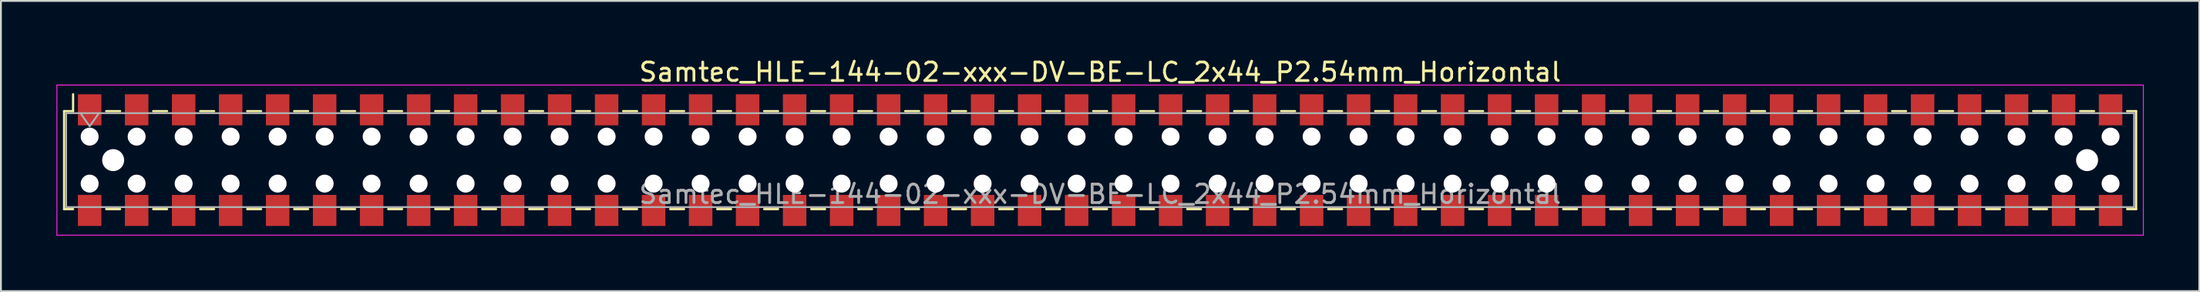
<source format=kicad_pcb>
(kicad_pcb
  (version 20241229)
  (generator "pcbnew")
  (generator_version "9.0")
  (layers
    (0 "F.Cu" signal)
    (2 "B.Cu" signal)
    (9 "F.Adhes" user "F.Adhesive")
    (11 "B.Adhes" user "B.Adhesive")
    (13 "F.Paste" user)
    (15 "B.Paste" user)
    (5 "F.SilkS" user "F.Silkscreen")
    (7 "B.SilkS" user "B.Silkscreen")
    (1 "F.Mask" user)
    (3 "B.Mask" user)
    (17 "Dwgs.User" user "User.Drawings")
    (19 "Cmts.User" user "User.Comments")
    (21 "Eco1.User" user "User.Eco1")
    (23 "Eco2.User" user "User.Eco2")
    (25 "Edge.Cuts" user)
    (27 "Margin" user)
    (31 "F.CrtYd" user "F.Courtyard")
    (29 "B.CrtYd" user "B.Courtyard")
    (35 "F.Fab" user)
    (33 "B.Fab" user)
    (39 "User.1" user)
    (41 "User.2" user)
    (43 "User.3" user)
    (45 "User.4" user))
  (footprint "Samtec_HLE-144-02-xxx-DV-BE-LC_2x44_P2.54mm_Horizontal"
    (layer "F.Cu")
    (at 56.405 5.608)
    (property "Reference" "Samtec_HLE-144-02-xxx-DV-BE-LC_2x44_P2.54mm_Horizontal" (at 0 -4.76 0) (layer "F.SilkS") (effects (font (size 1 1) (thickness 0.15))))
    (attr smd)
    (fp_line (start -55.99 -2.65) (end -55.99 2.65) (stroke (width 0.12) (type solid)) (layer "F.SilkS"))
    (fp_line (start -55.99 2.65) (end -55.505 2.65) (stroke (width 0.12) (type solid)) (layer "F.SilkS"))
    (fp_line (start -55.505 -3.56) (end -55.505 -2.65) (stroke (width 0.12) (type solid)) (layer "F.SilkS"))
    (fp_line (start -55.505 -2.65) (end -55.99 -2.65) (stroke (width 0.12) (type solid)) (layer "F.SilkS"))
    (fp_line (start -53.715 -2.65) (end -52.965 -2.65) (stroke (width 0.12) (type solid)) (layer "F.SilkS"))
    (fp_line (start -53.715 2.65) (end -52.965 2.65) (stroke (width 0.12) (type solid)) (layer "F.SilkS"))
    (fp_line (start -51.175 -2.65) (end -50.425 -2.65) (stroke (width 0.12) (type solid)) (layer "F.SilkS"))
    (fp_line (start -51.175 2.65) (end -50.425 2.65) (stroke (width 0.12) (type solid)) (layer "F.SilkS"))
    (fp_line (start -48.635 -2.65) (end -47.885 -2.65) (stroke (width 0.12) (type solid)) (layer "F.SilkS"))
    (fp_line (start -48.635 2.65) (end -47.885 2.65) (stroke (width 0.12) (type solid)) (layer "F.SilkS"))
    (fp_line (start -46.095 -2.65) (end -45.345 -2.65) (stroke (width 0.12) (type solid)) (layer "F.SilkS"))
    (fp_line (start -46.095 2.65) (end -45.345 2.65) (stroke (width 0.12) (type solid)) (layer "F.SilkS"))
    (fp_line (start -43.555 -2.65) (end -42.805 -2.65) (stroke (width 0.12) (type solid)) (layer "F.SilkS"))
    (fp_line (start -43.555 2.65) (end -42.805 2.65) (stroke (width 0.12) (type solid)) (layer "F.SilkS"))
    (fp_line (start -41.015 -2.65) (end -40.265 -2.65) (stroke (width 0.12) (type solid)) (layer "F.SilkS"))
    (fp_line (start -41.015 2.65) (end -40.265 2.65) (stroke (width 0.12) (type solid)) (layer "F.SilkS"))
    (fp_line (start -38.475 -2.65) (end -37.725 -2.65) (stroke (width 0.12) (type solid)) (layer "F.SilkS"))
    (fp_line (start -38.475 2.65) (end -37.725 2.65) (stroke (width 0.12) (type solid)) (layer "F.SilkS"))
    (fp_line (start -35.935 -2.65) (end -35.185 -2.65) (stroke (width 0.12) (type solid)) (layer "F.SilkS"))
    (fp_line (start -35.935 2.65) (end -35.185 2.65) (stroke (width 0.12) (type solid)) (layer "F.SilkS"))
    (fp_line (start -33.395 -2.65) (end -32.645 -2.65) (stroke (width 0.12) (type solid)) (layer "F.SilkS"))
    (fp_line (start -33.395 2.65) (end -32.645 2.65) (stroke (width 0.12) (type solid)) (layer "F.SilkS"))
    (fp_line (start -30.855 -2.65) (end -30.105 -2.65) (stroke (width 0.12) (type solid)) (layer "F.SilkS"))
    (fp_line (start -30.855 2.65) (end -30.105 2.65) (stroke (width 0.12) (type solid)) (layer "F.SilkS"))
    (fp_line (start -28.315 -2.65) (end -27.565 -2.65) (stroke (width 0.12) (type solid)) (layer "F.SilkS"))
    (fp_line (start -28.315 2.65) (end -27.565 2.65) (stroke (width 0.12) (type solid)) (layer "F.SilkS"))
    (fp_line (start -25.775 -2.65) (end -25.025 -2.65) (stroke (width 0.12) (type solid)) (layer "F.SilkS"))
    (fp_line (start -25.775 2.65) (end -25.025 2.65) (stroke (width 0.12) (type solid)) (layer "F.SilkS"))
    (fp_line (start -23.235 -2.65) (end -22.485 -2.65) (stroke (width 0.12) (type solid)) (layer "F.SilkS"))
    (fp_line (start -23.235 2.65) (end -22.485 2.65) (stroke (width 0.12) (type solid)) (layer "F.SilkS"))
    (fp_line (start -20.695 -2.65) (end -19.945 -2.65) (stroke (width 0.12) (type solid)) (layer "F.SilkS"))
    (fp_line (start -20.695 2.65) (end -19.945 2.65) (stroke (width 0.12) (type solid)) (layer "F.SilkS"))
    (fp_line (start -18.155 -2.65) (end -17.405 -2.65) (stroke (width 0.12) (type solid)) (layer "F.SilkS"))
    (fp_line (start -18.155 2.65) (end -17.405 2.65) (stroke (width 0.12) (type solid)) (layer "F.SilkS"))
    (fp_line (start -15.615 -2.65) (end -14.865 -2.65) (stroke (width 0.12) (type solid)) (layer "F.SilkS"))
    (fp_line (start -15.615 2.65) (end -14.865 2.65) (stroke (width 0.12) (type solid)) (layer "F.SilkS"))
    (fp_line (start -13.075 -2.65) (end -12.325 -2.65) (stroke (width 0.12) (type solid)) (layer "F.SilkS"))
    (fp_line (start -13.075 2.65) (end -12.325 2.65) (stroke (width 0.12) (type solid)) (layer "F.SilkS"))
    (fp_line (start -10.535 -2.65) (end -9.785 -2.65) (stroke (width 0.12) (type solid)) (layer "F.SilkS"))
    (fp_line (start -10.535 2.65) (end -9.785 2.65) (stroke (width 0.12) (type solid)) (layer "F.SilkS"))
    (fp_line (start -7.995 -2.65) (end -7.245 -2.65) (stroke (width 0.12) (type solid)) (layer "F.SilkS"))
    (fp_line (start -7.995 2.65) (end -7.245 2.65) (stroke (width 0.12) (type solid)) (layer "F.SilkS"))
    (fp_line (start -5.455 -2.65) (end -4.705 -2.65) (stroke (width 0.12) (type solid)) (layer "F.SilkS"))
    (fp_line (start -5.455 2.65) (end -4.705 2.65) (stroke (width 0.12) (type solid)) (layer "F.SilkS"))
    (fp_line (start -2.915 -2.65) (end -2.165 -2.65) (stroke (width 0.12) (type solid)) (layer "F.SilkS"))
    (fp_line (start -2.915 2.65) (end -2.165 2.65) (stroke (width 0.12) (type solid)) (layer "F.SilkS"))
    (fp_line (start -0.375 -2.65) (end 0.375 -2.65) (stroke (width 0.12) (type solid)) (layer "F.SilkS"))
    (fp_line (start -0.375 2.65) (end 0.375 2.65) (stroke (width 0.12) (type solid)) (layer "F.SilkS"))
    (fp_line (start 2.165 -2.65) (end 2.915 -2.65) (stroke (width 0.12) (type solid)) (layer "F.SilkS"))
    (fp_line (start 2.165 2.65) (end 2.915 2.65) (stroke (width 0.12) (type solid)) (layer "F.SilkS"))
    (fp_line (start 4.705 -2.65) (end 5.455 -2.65) (stroke (width 0.12) (type solid)) (layer "F.SilkS"))
    (fp_line (start 4.705 2.65) (end 5.455 2.65) (stroke (width 0.12) (type solid)) (layer "F.SilkS"))
    (fp_line (start 7.245 -2.65) (end 7.995 -2.65) (stroke (width 0.12) (type solid)) (layer "F.SilkS"))
    (fp_line (start 7.245 2.65) (end 7.995 2.65) (stroke (width 0.12) (type solid)) (layer "F.SilkS"))
    (fp_line (start 9.785 -2.65) (end 10.535 -2.65) (stroke (width 0.12) (type solid)) (layer "F.SilkS"))
    (fp_line (start 9.785 2.65) (end 10.535 2.65) (stroke (width 0.12) (type solid)) (layer "F.SilkS"))
    (fp_line (start 12.325 -2.65) (end 13.075 -2.65) (stroke (width 0.12) (type solid)) (layer "F.SilkS"))
    (fp_line (start 12.325 2.65) (end 13.075 2.65) (stroke (width 0.12) (type solid)) (layer "F.SilkS"))
    (fp_line (start 14.865 -2.65) (end 15.615 -2.65) (stroke (width 0.12) (type solid)) (layer "F.SilkS"))
    (fp_line (start 14.865 2.65) (end 15.615 2.65) (stroke (width 0.12) (type solid)) (layer "F.SilkS"))
    (fp_line (start 17.405 -2.65) (end 18.155 -2.65) (stroke (width 0.12) (type solid)) (layer "F.SilkS"))
    (fp_line (start 17.405 2.65) (end 18.155 2.65) (stroke (width 0.12) (type solid)) (layer "F.SilkS"))
    (fp_line (start 19.945 -2.65) (end 20.695 -2.65) (stroke (width 0.12) (type solid)) (layer "F.SilkS"))
    (fp_line (start 19.945 2.65) (end 20.695 2.65) (stroke (width 0.12) (type solid)) (layer "F.SilkS"))
    (fp_line (start 22.485 -2.65) (end 23.235 -2.65) (stroke (width 0.12) (type solid)) (layer "F.SilkS"))
    (fp_line (start 22.485 2.65) (end 23.235 2.65) (stroke (width 0.12) (type solid)) (layer "F.SilkS"))
    (fp_line (start 25.025 -2.65) (end 25.775 -2.65) (stroke (width 0.12) (type solid)) (layer "F.SilkS"))
    (fp_line (start 25.025 2.65) (end 25.775 2.65) (stroke (width 0.12) (type solid)) (layer "F.SilkS"))
    (fp_line (start 27.565 -2.65) (end 28.315 -2.65) (stroke (width 0.12) (type solid)) (layer "F.SilkS"))
    (fp_line (start 27.565 2.65) (end 28.315 2.65) (stroke (width 0.12) (type solid)) (layer "F.SilkS"))
    (fp_line (start 30.105 -2.65) (end 30.855 -2.65) (stroke (width 0.12) (type solid)) (layer "F.SilkS"))
    (fp_line (start 30.105 2.65) (end 30.855 2.65) (stroke (width 0.12) (type solid)) (layer "F.SilkS"))
    (fp_line (start 32.645 -2.65) (end 33.395 -2.65) (stroke (width 0.12) (type solid)) (layer "F.SilkS"))
    (fp_line (start 32.645 2.65) (end 33.395 2.65) (stroke (width 0.12) (type solid)) (layer "F.SilkS"))
    (fp_line (start 35.185 -2.65) (end 35.935 -2.65) (stroke (width 0.12) (type solid)) (layer "F.SilkS"))
    (fp_line (start 35.185 2.65) (end 35.935 2.65) (stroke (width 0.12) (type solid)) (layer "F.SilkS"))
    (fp_line (start 37.725 -2.65) (end 38.475 -2.65) (stroke (width 0.12) (type solid)) (layer "F.SilkS"))
    (fp_line (start 37.725 2.65) (end 38.475 2.65) (stroke (width 0.12) (type solid)) (layer "F.SilkS"))
    (fp_line (start 40.265 -2.65) (end 41.015 -2.65) (stroke (width 0.12) (type solid)) (layer "F.SilkS"))
    (fp_line (start 40.265 2.65) (end 41.015 2.65) (stroke (width 0.12) (type solid)) (layer "F.SilkS"))
    (fp_line (start 42.805 -2.65) (end 43.555 -2.65) (stroke (width 0.12) (type solid)) (layer "F.SilkS"))
    (fp_line (start 42.805 2.65) (end 43.555 2.65) (stroke (width 0.12) (type solid)) (layer "F.SilkS"))
    (fp_line (start 45.345 -2.65) (end 46.095 -2.65) (stroke (width 0.12) (type solid)) (layer "F.SilkS"))
    (fp_line (start 45.345 2.65) (end 46.095 2.65) (stroke (width 0.12) (type solid)) (layer "F.SilkS"))
    (fp_line (start 47.885 -2.65) (end 48.635 -2.65) (stroke (width 0.12) (type solid)) (layer "F.SilkS"))
    (fp_line (start 47.885 2.65) (end 48.635 2.65) (stroke (width 0.12) (type solid)) (layer "F.SilkS"))
    (fp_line (start 50.425 -2.65) (end 51.175 -2.65) (stroke (width 0.12) (type solid)) (layer "F.SilkS"))
    (fp_line (start 50.425 2.65) (end 51.175 2.65) (stroke (width 0.12) (type solid)) (layer "F.SilkS"))
    (fp_line (start 52.965 -2.65) (end 53.715 -2.65) (stroke (width 0.12) (type solid)) (layer "F.SilkS"))
    (fp_line (start 52.965 2.65) (end 53.715 2.65) (stroke (width 0.12) (type solid)) (layer "F.SilkS"))
    (fp_line (start 55.505 -2.65) (end 55.99 -2.65) (stroke (width 0.12) (type solid)) (layer "F.SilkS"))
    (fp_line (start 55.99 -2.65) (end 55.99 2.65) (stroke (width 0.12) (type solid)) (layer "F.SilkS"))
    (fp_line (start 55.99 2.65) (end 55.505 2.65) (stroke (width 0.12) (type solid)) (layer "F.SilkS"))
    (fp_line (start -56.38 -4.06) (end 56.38 -4.06) (stroke (width 0.05) (type solid)) (layer "F.CrtYd"))
    (fp_line (start -56.38 4.06) (end -56.38 -4.06) (stroke (width 0.05) (type solid)) (layer "F.CrtYd"))
    (fp_line (start 56.38 -4.06) (end 56.38 4.06) (stroke (width 0.05) (type solid)) (layer "F.CrtYd"))
    (fp_line (start 56.38 4.06) (end -56.38 4.06) (stroke (width 0.05) (type solid)) (layer "F.CrtYd"))
    (fp_line (start -55.88 -2.54) (end 55.88 -2.54) (stroke (width 0.1) (type solid)) (layer "F.Fab"))
    (fp_line (start -55.88 2.54) (end -55.88 -2.54) (stroke (width 0.1) (type solid)) (layer "F.Fab"))
    (fp_line (start -55.11 -2.54) (end -54.61 -1.833) (stroke (width 0.1) (type solid)) (layer "F.Fab"))
    (fp_line (start -54.61 -1.833) (end -54.11 -2.54) (stroke (width 0.1) (type solid)) (layer "F.Fab"))
    (fp_line (start 55.88 -2.54) (end 55.88 2.54) (stroke (width 0.1) (type solid)) (layer "F.Fab"))
    (fp_line (start 55.88 2.54) (end -55.88 2.54) (stroke (width 0.1) (type solid)) (layer "F.Fab"))
    (fp_text user "${REFERENCE}" (at 0 1.84 0) (layer "F.Fab") (effects (font (size 1 1) (thickness 0.15))))
    (pad "" np_thru_hole circle (at -54.61 -1.27) (size 0.97 0.97) (drill 0.97) (layers "*.Cu" "*.Mask"))
    (pad "" np_thru_hole circle (at -54.61 1.27) (size 0.97 0.97) (drill 0.97) (layers "*.Cu" "*.Mask"))
    (pad "" np_thru_hole circle (at -53.34 0) (size 1.19 1.19) (drill 1.19) (layers "*.Cu" "*.Mask"))
    (pad "" np_thru_hole circle (at -52.07 -1.27) (size 0.97 0.97) (drill 0.97) (layers "*.Cu" "*.Mask"))
    (pad "" np_thru_hole circle (at -52.07 1.27) (size 0.97 0.97) (drill 0.97) (layers "*.Cu" "*.Mask"))
    (pad "" np_thru_hole circle (at -49.53 -1.27) (size 0.97 0.97) (drill 0.97) (layers "*.Cu" "*.Mask"))
    (pad "" np_thru_hole circle (at -49.53 1.27) (size 0.97 0.97) (drill 0.97) (layers "*.Cu" "*.Mask"))
    (pad "" np_thru_hole circle (at -46.99 -1.27) (size 0.97 0.97) (drill 0.97) (layers "*.Cu" "*.Mask"))
    (pad "" np_thru_hole circle (at -46.99 1.27) (size 0.97 0.97) (drill 0.97) (layers "*.Cu" "*.Mask"))
    (pad "" np_thru_hole circle (at -44.45 -1.27) (size 0.97 0.97) (drill 0.97) (layers "*.Cu" "*.Mask"))
    (pad "" np_thru_hole circle (at -44.45 1.27) (size 0.97 0.97) (drill 0.97) (layers "*.Cu" "*.Mask"))
    (pad "" np_thru_hole circle (at -41.91 -1.27) (size 0.97 0.97) (drill 0.97) (layers "*.Cu" "*.Mask"))
    (pad "" np_thru_hole circle (at -41.91 1.27) (size 0.97 0.97) (drill 0.97) (layers "*.Cu" "*.Mask"))
    (pad "" np_thru_hole circle (at -39.37 -1.27) (size 0.97 0.97) (drill 0.97) (layers "*.Cu" "*.Mask"))
    (pad "" np_thru_hole circle (at -39.37 1.27) (size 0.97 0.97) (drill 0.97) (layers "*.Cu" "*.Mask"))
    (pad "" np_thru_hole circle (at -36.83 -1.27) (size 0.97 0.97) (drill 0.97) (layers "*.Cu" "*.Mask"))
    (pad "" np_thru_hole circle (at -36.83 1.27) (size 0.97 0.97) (drill 0.97) (layers "*.Cu" "*.Mask"))
    (pad "" np_thru_hole circle (at -34.29 -1.27) (size 0.97 0.97) (drill 0.97) (layers "*.Cu" "*.Mask"))
    (pad "" np_thru_hole circle (at -34.29 1.27) (size 0.97 0.97) (drill 0.97) (layers "*.Cu" "*.Mask"))
    (pad "" np_thru_hole circle (at -31.75 -1.27) (size 0.97 0.97) (drill 0.97) (layers "*.Cu" "*.Mask"))
    (pad "" np_thru_hole circle (at -31.75 1.27) (size 0.97 0.97) (drill 0.97) (layers "*.Cu" "*.Mask"))
    (pad "" np_thru_hole circle (at -29.21 -1.27) (size 0.97 0.97) (drill 0.97) (layers "*.Cu" "*.Mask"))
    (pad "" np_thru_hole circle (at -29.21 1.27) (size 0.97 0.97) (drill 0.97) (layers "*.Cu" "*.Mask"))
    (pad "" np_thru_hole circle (at -26.67 -1.27) (size 0.97 0.97) (drill 0.97) (layers "*.Cu" "*.Mask"))
    (pad "" np_thru_hole circle (at -26.67 1.27) (size 0.97 0.97) (drill 0.97) (layers "*.Cu" "*.Mask"))
    (pad "" np_thru_hole circle (at -24.13 -1.27) (size 0.97 0.97) (drill 0.97) (layers "*.Cu" "*.Mask"))
    (pad "" np_thru_hole circle (at -24.13 1.27) (size 0.97 0.97) (drill 0.97) (layers "*.Cu" "*.Mask"))
    (pad "" np_thru_hole circle (at -21.59 -1.27) (size 0.97 0.97) (drill 0.97) (layers "*.Cu" "*.Mask"))
    (pad "" np_thru_hole circle (at -21.59 1.27) (size 0.97 0.97) (drill 0.97) (layers "*.Cu" "*.Mask"))
    (pad "" np_thru_hole circle (at -19.05 -1.27) (size 0.97 0.97) (drill 0.97) (layers "*.Cu" "*.Mask"))
    (pad "" np_thru_hole circle (at -19.05 1.27) (size 0.97 0.97) (drill 0.97) (layers "*.Cu" "*.Mask"))
    (pad "" np_thru_hole circle (at -16.51 -1.27) (size 0.97 0.97) (drill 0.97) (layers "*.Cu" "*.Mask"))
    (pad "" np_thru_hole circle (at -16.51 1.27) (size 0.97 0.97) (drill 0.97) (layers "*.Cu" "*.Mask"))
    (pad "" np_thru_hole circle (at -13.97 -1.27) (size 0.97 0.97) (drill 0.97) (layers "*.Cu" "*.Mask"))
    (pad "" np_thru_hole circle (at -13.97 1.27) (size 0.97 0.97) (drill 0.97) (layers "*.Cu" "*.Mask"))
    (pad "" np_thru_hole circle (at -11.43 -1.27) (size 0.97 0.97) (drill 0.97) (layers "*.Cu" "*.Mask"))
    (pad "" np_thru_hole circle (at -11.43 1.27) (size 0.97 0.97) (drill 0.97) (layers "*.Cu" "*.Mask"))
    (pad "" np_thru_hole circle (at -8.89 -1.27) (size 0.97 0.97) (drill 0.97) (layers "*.Cu" "*.Mask"))
    (pad "" np_thru_hole circle (at -8.89 1.27) (size 0.97 0.97) (drill 0.97) (layers "*.Cu" "*.Mask"))
    (pad "" np_thru_hole circle (at -6.35 -1.27) (size 0.97 0.97) (drill 0.97) (layers "*.Cu" "*.Mask"))
    (pad "" np_thru_hole circle (at -6.35 1.27) (size 0.97 0.97) (drill 0.97) (layers "*.Cu" "*.Mask"))
    (pad "" np_thru_hole circle (at -3.81 -1.27) (size 0.97 0.97) (drill 0.97) (layers "*.Cu" "*.Mask"))
    (pad "" np_thru_hole circle (at -3.81 1.27) (size 0.97 0.97) (drill 0.97) (layers "*.Cu" "*.Mask"))
    (pad "" np_thru_hole circle (at -1.27 -1.27) (size 0.97 0.97) (drill 0.97) (layers "*.Cu" "*.Mask"))
    (pad "" np_thru_hole circle (at -1.27 1.27) (size 0.97 0.97) (drill 0.97) (layers "*.Cu" "*.Mask"))
    (pad "" np_thru_hole circle (at 1.27 -1.27) (size 0.97 0.97) (drill 0.97) (layers "*.Cu" "*.Mask"))
    (pad "" np_thru_hole circle (at 1.27 1.27) (size 0.97 0.97) (drill 0.97) (layers "*.Cu" "*.Mask"))
    (pad "" np_thru_hole circle (at 3.81 -1.27) (size 0.97 0.97) (drill 0.97) (layers "*.Cu" "*.Mask"))
    (pad "" np_thru_hole circle (at 3.81 1.27) (size 0.97 0.97) (drill 0.97) (layers "*.Cu" "*.Mask"))
    (pad "" np_thru_hole circle (at 6.35 -1.27) (size 0.97 0.97) (drill 0.97) (layers "*.Cu" "*.Mask"))
    (pad "" np_thru_hole circle (at 6.35 1.27) (size 0.97 0.97) (drill 0.97) (layers "*.Cu" "*.Mask"))
    (pad "" np_thru_hole circle (at 8.89 -1.27) (size 0.97 0.97) (drill 0.97) (layers "*.Cu" "*.Mask"))
    (pad "" np_thru_hole circle (at 8.89 1.27) (size 0.97 0.97) (drill 0.97) (layers "*.Cu" "*.Mask"))
    (pad "" np_thru_hole circle (at 11.43 -1.27) (size 0.97 0.97) (drill 0.97) (layers "*.Cu" "*.Mask"))
    (pad "" np_thru_hole circle (at 11.43 1.27) (size 0.97 0.97) (drill 0.97) (layers "*.Cu" "*.Mask"))
    (pad "" np_thru_hole circle (at 13.97 -1.27) (size 0.97 0.97) (drill 0.97) (layers "*.Cu" "*.Mask"))
    (pad "" np_thru_hole circle (at 13.97 1.27) (size 0.97 0.97) (drill 0.97) (layers "*.Cu" "*.Mask"))
    (pad "" np_thru_hole circle (at 16.51 -1.27) (size 0.97 0.97) (drill 0.97) (layers "*.Cu" "*.Mask"))
    (pad "" np_thru_hole circle (at 16.51 1.27) (size 0.97 0.97) (drill 0.97) (layers "*.Cu" "*.Mask"))
    (pad "" np_thru_hole circle (at 19.05 -1.27) (size 0.97 0.97) (drill 0.97) (layers "*.Cu" "*.Mask"))
    (pad "" np_thru_hole circle (at 19.05 1.27) (size 0.97 0.97) (drill 0.97) (layers "*.Cu" "*.Mask"))
    (pad "" np_thru_hole circle (at 21.59 -1.27) (size 0.97 0.97) (drill 0.97) (layers "*.Cu" "*.Mask"))
    (pad "" np_thru_hole circle (at 21.59 1.27) (size 0.97 0.97) (drill 0.97) (layers "*.Cu" "*.Mask"))
    (pad "" np_thru_hole circle (at 24.13 -1.27) (size 0.97 0.97) (drill 0.97) (layers "*.Cu" "*.Mask"))
    (pad "" np_thru_hole circle (at 24.13 1.27) (size 0.97 0.97) (drill 0.97) (layers "*.Cu" "*.Mask"))
    (pad "" np_thru_hole circle (at 26.67 -1.27) (size 0.97 0.97) (drill 0.97) (layers "*.Cu" "*.Mask"))
    (pad "" np_thru_hole circle (at 26.67 1.27) (size 0.97 0.97) (drill 0.97) (layers "*.Cu" "*.Mask"))
    (pad "" np_thru_hole circle (at 29.21 -1.27) (size 0.97 0.97) (drill 0.97) (layers "*.Cu" "*.Mask"))
    (pad "" np_thru_hole circle (at 29.21 1.27) (size 0.97 0.97) (drill 0.97) (layers "*.Cu" "*.Mask"))
    (pad "" np_thru_hole circle (at 31.75 -1.27) (size 0.97 0.97) (drill 0.97) (layers "*.Cu" "*.Mask"))
    (pad "" np_thru_hole circle (at 31.75 1.27) (size 0.97 0.97) (drill 0.97) (layers "*.Cu" "*.Mask"))
    (pad "" np_thru_hole circle (at 34.29 -1.27) (size 0.97 0.97) (drill 0.97) (layers "*.Cu" "*.Mask"))
    (pad "" np_thru_hole circle (at 34.29 1.27) (size 0.97 0.97) (drill 0.97) (layers "*.Cu" "*.Mask"))
    (pad "" np_thru_hole circle (at 36.83 -1.27) (size 0.97 0.97) (drill 0.97) (layers "*.Cu" "*.Mask"))
    (pad "" np_thru_hole circle (at 36.83 1.27) (size 0.97 0.97) (drill 0.97) (layers "*.Cu" "*.Mask"))
    (pad "" np_thru_hole circle (at 39.37 -1.27) (size 0.97 0.97) (drill 0.97) (layers "*.Cu" "*.Mask"))
    (pad "" np_thru_hole circle (at 39.37 1.27) (size 0.97 0.97) (drill 0.97) (layers "*.Cu" "*.Mask"))
    (pad "" np_thru_hole circle (at 41.91 -1.27) (size 0.97 0.97) (drill 0.97) (layers "*.Cu" "*.Mask"))
    (pad "" np_thru_hole circle (at 41.91 1.27) (size 0.97 0.97) (drill 0.97) (layers "*.Cu" "*.Mask"))
    (pad "" np_thru_hole circle (at 44.45 -1.27) (size 0.97 0.97) (drill 0.97) (layers "*.Cu" "*.Mask"))
    (pad "" np_thru_hole circle (at 44.45 1.27) (size 0.97 0.97) (drill 0.97) (layers "*.Cu" "*.Mask"))
    (pad "" np_thru_hole circle (at 46.99 -1.27) (size 0.97 0.97) (drill 0.97) (layers "*.Cu" "*.Mask"))
    (pad "" np_thru_hole circle (at 46.99 1.27) (size 0.97 0.97) (drill 0.97) (layers "*.Cu" "*.Mask"))
    (pad "" np_thru_hole circle (at 49.53 -1.27) (size 0.97 0.97) (drill 0.97) (layers "*.Cu" "*.Mask"))
    (pad "" np_thru_hole circle (at 49.53 1.27) (size 0.97 0.97) (drill 0.97) (layers "*.Cu" "*.Mask"))
    (pad "" np_thru_hole circle (at 52.07 -1.27) (size 0.97 0.97) (drill 0.97) (layers "*.Cu" "*.Mask"))
    (pad "" np_thru_hole circle (at 52.07 1.27) (size 0.97 0.97) (drill 0.97) (layers "*.Cu" "*.Mask"))
    (pad "" np_thru_hole circle (at 53.34 0) (size 1.19 1.19) (drill 1.19) (layers "*.Cu" "*.Mask"))
    (pad "" np_thru_hole circle (at 54.61 -1.27) (size 0.97 0.97) (drill 0.97) (layers "*.Cu" "*.Mask"))
    (pad "" np_thru_hole circle (at 54.61 1.27) (size 0.97 0.97) (drill 0.97) (layers "*.Cu" "*.Mask"))
    (pad "1" smd rect (at -54.61 -2.72) (size 1.27 1.68) (layers "F.Cu" "F.Mask" "F.Paste"))
    (pad "2" smd rect (at -54.61 2.72) (size 1.27 1.68) (layers "F.Cu" "F.Mask" "F.Paste"))
    (pad "3" smd rect (at -52.07 -2.72) (size 1.27 1.68) (layers "F.Cu" "F.Mask" "F.Paste"))
    (pad "4" smd rect (at -52.07 2.72) (size 1.27 1.68) (layers "F.Cu" "F.Mask" "F.Paste"))
    (pad "5" smd rect (at -49.53 -2.72) (size 1.27 1.68) (layers "F.Cu" "F.Mask" "F.Paste"))
    (pad "6" smd rect (at -49.53 2.72) (size 1.27 1.68) (layers "F.Cu" "F.Mask" "F.Paste"))
    (pad "7" smd rect (at -46.99 -2.72) (size 1.27 1.68) (layers "F.Cu" "F.Mask" "F.Paste"))
    (pad "8" smd rect (at -46.99 2.72) (size 1.27 1.68) (layers "F.Cu" "F.Mask" "F.Paste"))
    (pad "9" smd rect (at -44.45 -2.72) (size 1.27 1.68) (layers "F.Cu" "F.Mask" "F.Paste"))
    (pad "10" smd rect (at -44.45 2.72) (size 1.27 1.68) (layers "F.Cu" "F.Mask" "F.Paste"))
    (pad "11" smd rect (at -41.91 -2.72) (size 1.27 1.68) (layers "F.Cu" "F.Mask" "F.Paste"))
    (pad "12" smd rect (at -41.91 2.72) (size 1.27 1.68) (layers "F.Cu" "F.Mask" "F.Paste"))
    (pad "13" smd rect (at -39.37 -2.72) (size 1.27 1.68) (layers "F.Cu" "F.Mask" "F.Paste"))
    (pad "14" smd rect (at -39.37 2.72) (size 1.27 1.68) (layers "F.Cu" "F.Mask" "F.Paste"))
    (pad "15" smd rect (at -36.83 -2.72) (size 1.27 1.68) (layers "F.Cu" "F.Mask" "F.Paste"))
    (pad "16" smd rect (at -36.83 2.72) (size 1.27 1.68) (layers "F.Cu" "F.Mask" "F.Paste"))
    (pad "17" smd rect (at -34.29 -2.72) (size 1.27 1.68) (layers "F.Cu" "F.Mask" "F.Paste"))
    (pad "18" smd rect (at -34.29 2.72) (size 1.27 1.68) (layers "F.Cu" "F.Mask" "F.Paste"))
    (pad "19" smd rect (at -31.75 -2.72) (size 1.27 1.68) (layers "F.Cu" "F.Mask" "F.Paste"))
    (pad "20" smd rect (at -31.75 2.72) (size 1.27 1.68) (layers "F.Cu" "F.Mask" "F.Paste"))
    (pad "21" smd rect (at -29.21 -2.72) (size 1.27 1.68) (layers "F.Cu" "F.Mask" "F.Paste"))
    (pad "22" smd rect (at -29.21 2.72) (size 1.27 1.68) (layers "F.Cu" "F.Mask" "F.Paste"))
    (pad "23" smd rect (at -26.67 -2.72) (size 1.27 1.68) (layers "F.Cu" "F.Mask" "F.Paste"))
    (pad "24" smd rect (at -26.67 2.72) (size 1.27 1.68) (layers "F.Cu" "F.Mask" "F.Paste"))
    (pad "25" smd rect (at -24.13 -2.72) (size 1.27 1.68) (layers "F.Cu" "F.Mask" "F.Paste"))
    (pad "26" smd rect (at -24.13 2.72) (size 1.27 1.68) (layers "F.Cu" "F.Mask" "F.Paste"))
    (pad "27" smd rect (at -21.59 -2.72) (size 1.27 1.68) (layers "F.Cu" "F.Mask" "F.Paste"))
    (pad "28" smd rect (at -21.59 2.72) (size 1.27 1.68) (layers "F.Cu" "F.Mask" "F.Paste"))
    (pad "29" smd rect (at -19.05 -2.72) (size 1.27 1.68) (layers "F.Cu" "F.Mask" "F.Paste"))
    (pad "30" smd rect (at -19.05 2.72) (size 1.27 1.68) (layers "F.Cu" "F.Mask" "F.Paste"))
    (pad "31" smd rect (at -16.51 -2.72) (size 1.27 1.68) (layers "F.Cu" "F.Mask" "F.Paste"))
    (pad "32" smd rect (at -16.51 2.72) (size 1.27 1.68) (layers "F.Cu" "F.Mask" "F.Paste"))
    (pad "33" smd rect (at -13.97 -2.72) (size 1.27 1.68) (layers "F.Cu" "F.Mask" "F.Paste"))
    (pad "34" smd rect (at -13.97 2.72) (size 1.27 1.68) (layers "F.Cu" "F.Mask" "F.Paste"))
    (pad "35" smd rect (at -11.43 -2.72) (size 1.27 1.68) (layers "F.Cu" "F.Mask" "F.Paste"))
    (pad "36" smd rect (at -11.43 2.72) (size 1.27 1.68) (layers "F.Cu" "F.Mask" "F.Paste"))
    (pad "37" smd rect (at -8.89 -2.72) (size 1.27 1.68) (layers "F.Cu" "F.Mask" "F.Paste"))
    (pad "38" smd rect (at -8.89 2.72) (size 1.27 1.68) (layers "F.Cu" "F.Mask" "F.Paste"))
    (pad "39" smd rect (at -6.35 -2.72) (size 1.27 1.68) (layers "F.Cu" "F.Mask" "F.Paste"))
    (pad "40" smd rect (at -6.35 2.72) (size 1.27 1.68) (layers "F.Cu" "F.Mask" "F.Paste"))
    (pad "41" smd rect (at -3.81 -2.72) (size 1.27 1.68) (layers "F.Cu" "F.Mask" "F.Paste"))
    (pad "42" smd rect (at -3.81 2.72) (size 1.27 1.68) (layers "F.Cu" "F.Mask" "F.Paste"))
    (pad "43" smd rect (at -1.27 -2.72) (size 1.27 1.68) (layers "F.Cu" "F.Mask" "F.Paste"))
    (pad "44" smd rect (at -1.27 2.72) (size 1.27 1.68) (layers "F.Cu" "F.Mask" "F.Paste"))
    (pad "45" smd rect (at 1.27 -2.72) (size 1.27 1.68) (layers "F.Cu" "F.Mask" "F.Paste"))
    (pad "46" smd rect (at 1.27 2.72) (size 1.27 1.68) (layers "F.Cu" "F.Mask" "F.Paste"))
    (pad "47" smd rect (at 3.81 -2.72) (size 1.27 1.68) (layers "F.Cu" "F.Mask" "F.Paste"))
    (pad "48" smd rect (at 3.81 2.72) (size 1.27 1.68) (layers "F.Cu" "F.Mask" "F.Paste"))
    (pad "49" smd rect (at 6.35 -2.72) (size 1.27 1.68) (layers "F.Cu" "F.Mask" "F.Paste"))
    (pad "50" smd rect (at 6.35 2.72) (size 1.27 1.68) (layers "F.Cu" "F.Mask" "F.Paste"))
    (pad "51" smd rect (at 8.89 -2.72) (size 1.27 1.68) (layers "F.Cu" "F.Mask" "F.Paste"))
    (pad "52" smd rect (at 8.89 2.72) (size 1.27 1.68) (layers "F.Cu" "F.Mask" "F.Paste"))
    (pad "53" smd rect (at 11.43 -2.72) (size 1.27 1.68) (layers "F.Cu" "F.Mask" "F.Paste"))
    (pad "54" smd rect (at 11.43 2.72) (size 1.27 1.68) (layers "F.Cu" "F.Mask" "F.Paste"))
    (pad "55" smd rect (at 13.97 -2.72) (size 1.27 1.68) (layers "F.Cu" "F.Mask" "F.Paste"))
    (pad "56" smd rect (at 13.97 2.72) (size 1.27 1.68) (layers "F.Cu" "F.Mask" "F.Paste"))
    (pad "57" smd rect (at 16.51 -2.72) (size 1.27 1.68) (layers "F.Cu" "F.Mask" "F.Paste"))
    (pad "58" smd rect (at 16.51 2.72) (size 1.27 1.68) (layers "F.Cu" "F.Mask" "F.Paste"))
    (pad "59" smd rect (at 19.05 -2.72) (size 1.27 1.68) (layers "F.Cu" "F.Mask" "F.Paste"))
    (pad "60" smd rect (at 19.05 2.72) (size 1.27 1.68) (layers "F.Cu" "F.Mask" "F.Paste"))
    (pad "61" smd rect (at 21.59 -2.72) (size 1.27 1.68) (layers "F.Cu" "F.Mask" "F.Paste"))
    (pad "62" smd rect (at 21.59 2.72) (size 1.27 1.68) (layers "F.Cu" "F.Mask" "F.Paste"))
    (pad "63" smd rect (at 24.13 -2.72) (size 1.27 1.68) (layers "F.Cu" "F.Mask" "F.Paste"))
    (pad "64" smd rect (at 24.13 2.72) (size 1.27 1.68) (layers "F.Cu" "F.Mask" "F.Paste"))
    (pad "65" smd rect (at 26.67 -2.72) (size 1.27 1.68) (layers "F.Cu" "F.Mask" "F.Paste"))
    (pad "66" smd rect (at 26.67 2.72) (size 1.27 1.68) (layers "F.Cu" "F.Mask" "F.Paste"))
    (pad "67" smd rect (at 29.21 -2.72) (size 1.27 1.68) (layers "F.Cu" "F.Mask" "F.Paste"))
    (pad "68" smd rect (at 29.21 2.72) (size 1.27 1.68) (layers "F.Cu" "F.Mask" "F.Paste"))
    (pad "69" smd rect (at 31.75 -2.72) (size 1.27 1.68) (layers "F.Cu" "F.Mask" "F.Paste"))
    (pad "70" smd rect (at 31.75 2.72) (size 1.27 1.68) (layers "F.Cu" "F.Mask" "F.Paste"))
    (pad "71" smd rect (at 34.29 -2.72) (size 1.27 1.68) (layers "F.Cu" "F.Mask" "F.Paste"))
    (pad "72" smd rect (at 34.29 2.72) (size 1.27 1.68) (layers "F.Cu" "F.Mask" "F.Paste"))
    (pad "73" smd rect (at 36.83 -2.72) (size 1.27 1.68) (layers "F.Cu" "F.Mask" "F.Paste"))
    (pad "74" smd rect (at 36.83 2.72) (size 1.27 1.68) (layers "F.Cu" "F.Mask" "F.Paste"))
    (pad "75" smd rect (at 39.37 -2.72) (size 1.27 1.68) (layers "F.Cu" "F.Mask" "F.Paste"))
    (pad "76" smd rect (at 39.37 2.72) (size 1.27 1.68) (layers "F.Cu" "F.Mask" "F.Paste"))
    (pad "77" smd rect (at 41.91 -2.72) (size 1.27 1.68) (layers "F.Cu" "F.Mask" "F.Paste"))
    (pad "78" smd rect (at 41.91 2.72) (size 1.27 1.68) (layers "F.Cu" "F.Mask" "F.Paste"))
    (pad "79" smd rect (at 44.45 -2.72) (size 1.27 1.68) (layers "F.Cu" "F.Mask" "F.Paste"))
    (pad "80" smd rect (at 44.45 2.72) (size 1.27 1.68) (layers "F.Cu" "F.Mask" "F.Paste"))
    (pad "81" smd rect (at 46.99 -2.72) (size 1.27 1.68) (layers "F.Cu" "F.Mask" "F.Paste"))
    (pad "82" smd rect (at 46.99 2.72) (size 1.27 1.68) (layers "F.Cu" "F.Mask" "F.Paste"))
    (pad "83" smd rect (at 49.53 -2.72) (size 1.27 1.68) (layers "F.Cu" "F.Mask" "F.Paste"))
    (pad "84" smd rect (at 49.53 2.72) (size 1.27 1.68) (layers "F.Cu" "F.Mask" "F.Paste"))
    (pad "85" smd rect (at 52.07 -2.72) (size 1.27 1.68) (layers "F.Cu" "F.Mask" "F.Paste"))
    (pad "86" smd rect (at 52.07 2.72) (size 1.27 1.68) (layers "F.Cu" "F.Mask" "F.Paste"))
    (pad "87" smd rect (at 54.61 -2.72) (size 1.27 1.68) (layers "F.Cu" "F.Mask" "F.Paste"))
    (pad "88" smd rect (at 54.61 2.72) (size 1.27 1.68) (layers "F.Cu" "F.Mask" "F.Paste")))
  (gr_rect
    (start -3 -3)
    (end 115.81 12.693)
    (stroke (width 0.1) (type default))
    (fill no)
    (layer "Edge.Cuts")))
</source>
